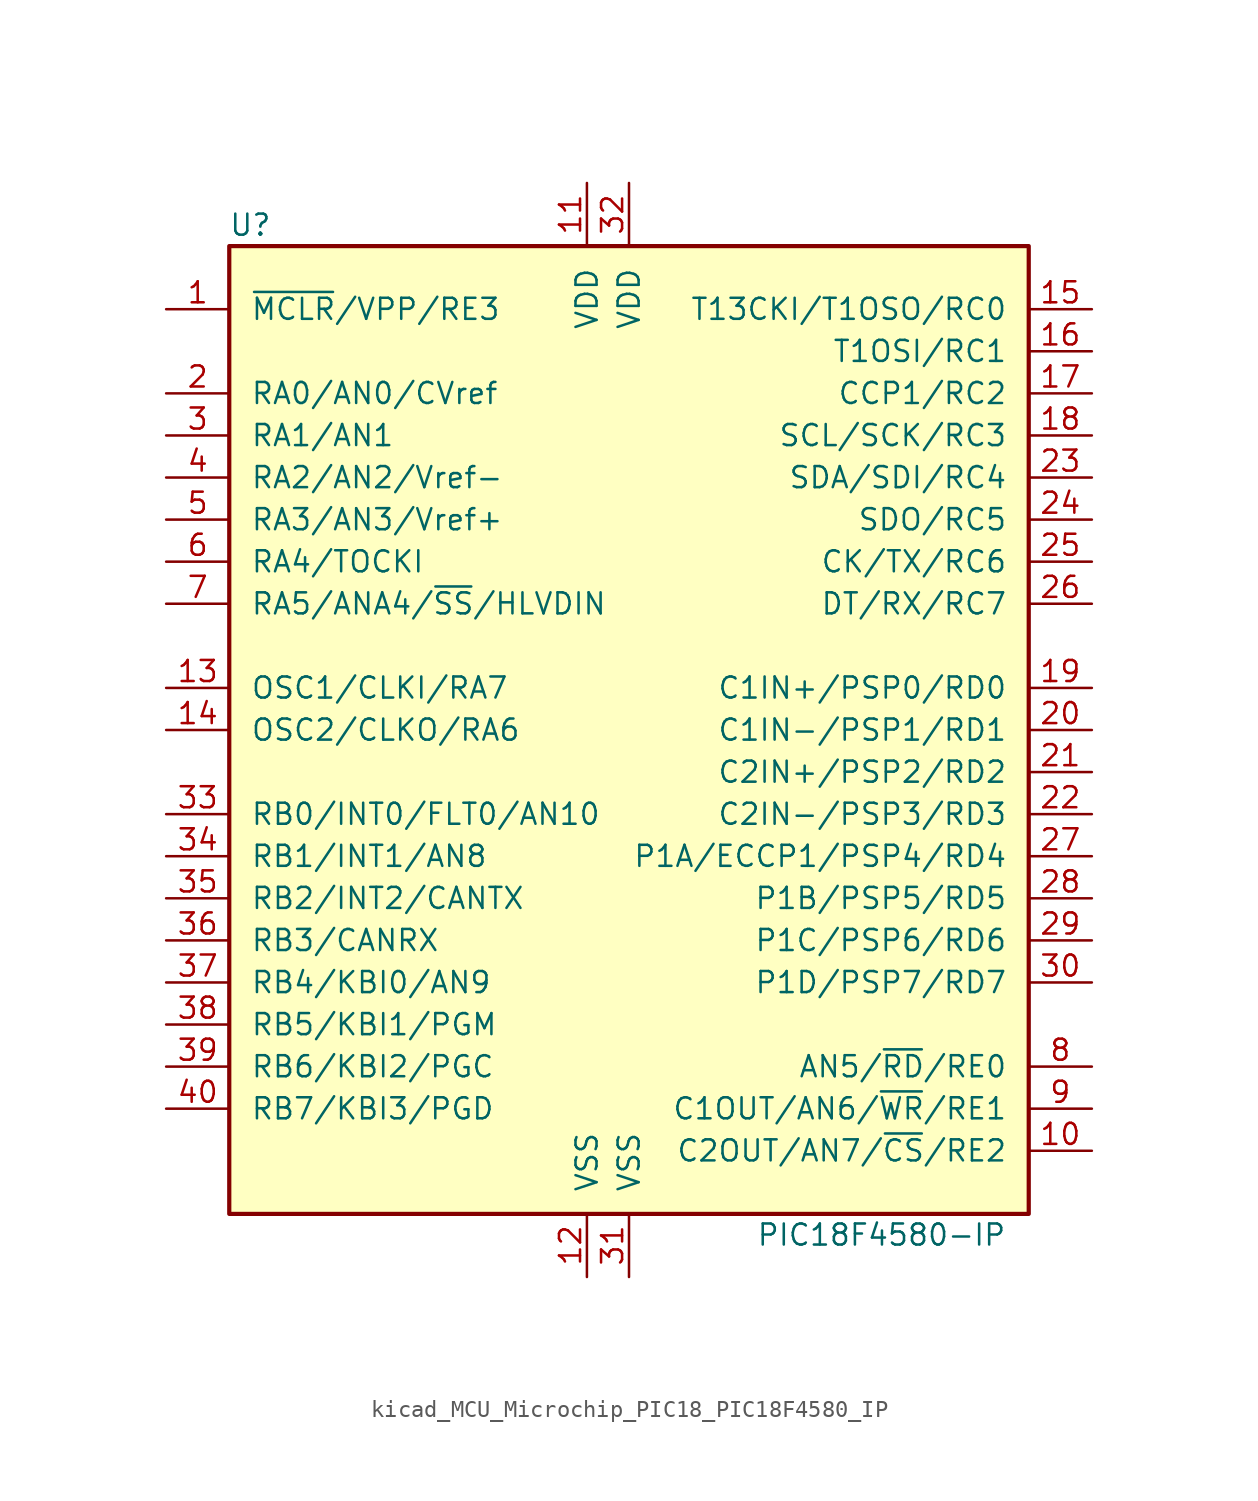
<source format=kicad_sym>
(kicad_symbol_lib
  (version 20220914)
  (generator kicad_symbol_editor)
  (symbol "kicad_MCU_Microchip_PIC18_PIC18F4580_IP"
    (pin_names
      (offset 1.27))
    (property "Reference" "U"
      (at -22.86 30.48 0)
      (effects (font (size 1.27 1.27))))
    (property "Value" "PIC18F4580-IP"
      (at 15.24 -30.48 0)
      (effects (font (size 1.27 1.27))))
    (symbol "kicad_MCU_Microchip_PIC18_PIC18F4580_IP_0_1"
      (rectangle (start -24.13 -29.21) (end 24.13 29.21) (stroke (width 0.254) (type default)) (fill (type background))))
    (symbol "kicad_MCU_Microchip_PIC18_PIC18F4580_IP_1_1"
      (pin input line (at -27.94 25.4 0) (length 3.81) (name "~{MCLR}/VPP/RE3" (effects (font (size 1.27 1.27)))) (number "1" (effects (font (size 1.27 1.27)))))
      (pin bidirectional line (at 27.94 -25.4 180) (length 3.81) (name "C2OUT/AN7/~{CS}/RE2" (effects (font (size 1.27 1.27)))) (number "10" (effects (font (size 1.27 1.27)))))
      (pin power_in line (at -2.54 33.02 270) (length 3.81) (name "VDD" (effects (font (size 1.27 1.27)))) (number "11" (effects (font (size 1.27 1.27)))))
      (pin power_in line (at -2.54 -33.02 90) (length 3.81) (name "VSS" (effects (font (size 1.27 1.27)))) (number "12" (effects (font (size 1.27 1.27)))))
      (pin input line (at -27.94 2.54 0) (length 3.81) (name "OSC1/CLKI/RA7" (effects (font (size 1.27 1.27)))) (number "13" (effects (font (size 1.27 1.27)))))
      (pin output line (at -27.94 0 0) (length 3.81) (name "OSC2/CLKO/RA6" (effects (font (size 1.27 1.27)))) (number "14" (effects (font (size 1.27 1.27)))))
      (pin bidirectional line (at 27.94 25.4 180) (length 3.81) (name "T13CKI/T1OSO/RC0" (effects (font (size 1.27 1.27)))) (number "15" (effects (font (size 1.27 1.27)))))
      (pin bidirectional line (at 27.94 22.86 180) (length 3.81) (name "T1OSI/RC1" (effects (font (size 1.27 1.27)))) (number "16" (effects (font (size 1.27 1.27)))))
      (pin bidirectional line (at 27.94 20.32 180) (length 3.81) (name "CCP1/RC2" (effects (font (size 1.27 1.27)))) (number "17" (effects (font (size 1.27 1.27)))))
      (pin bidirectional line (at 27.94 17.78 180) (length 3.81) (name "SCL/SCK/RC3" (effects (font (size 1.27 1.27)))) (number "18" (effects (font (size 1.27 1.27)))))
      (pin bidirectional line (at 27.94 2.54 180) (length 3.81) (name "C1IN+/PSP0/RD0" (effects (font (size 1.27 1.27)))) (number "19" (effects (font (size 1.27 1.27)))))
      (pin bidirectional line (at -27.94 20.32 0) (length 3.81) (name "RA0/AN0/CVref" (effects (font (size 1.27 1.27)))) (number "2" (effects (font (size 1.27 1.27)))))
      (pin bidirectional line (at 27.94 0 180) (length 3.81) (name "C1IN-/PSP1/RD1" (effects (font (size 1.27 1.27)))) (number "20" (effects (font (size 1.27 1.27)))))
      (pin bidirectional line (at 27.94 -2.54 180) (length 3.81) (name "C2IN+/PSP2/RD2" (effects (font (size 1.27 1.27)))) (number "21" (effects (font (size 1.27 1.27)))))
      (pin bidirectional line (at 27.94 -5.08 180) (length 3.81) (name "C2IN-/PSP3/RD3" (effects (font (size 1.27 1.27)))) (number "22" (effects (font (size 1.27 1.27)))))
      (pin bidirectional line (at 27.94 15.24 180) (length 3.81) (name "SDA/SDI/RC4" (effects (font (size 1.27 1.27)))) (number "23" (effects (font (size 1.27 1.27)))))
      (pin bidirectional line (at 27.94 12.7 180) (length 3.81) (name "SDO/RC5" (effects (font (size 1.27 1.27)))) (number "24" (effects (font (size 1.27 1.27)))))
      (pin bidirectional line (at 27.94 10.16 180) (length 3.81) (name "CK/TX/RC6" (effects (font (size 1.27 1.27)))) (number "25" (effects (font (size 1.27 1.27)))))
      (pin bidirectional line (at 27.94 7.62 180) (length 3.81) (name "DT/RX/RC7" (effects (font (size 1.27 1.27)))) (number "26" (effects (font (size 1.27 1.27)))))
      (pin bidirectional line (at 27.94 -7.62 180) (length 3.81) (name "P1A/ECCP1/PSP4/RD4" (effects (font (size 1.27 1.27)))) (number "27" (effects (font (size 1.27 1.27)))))
      (pin bidirectional line (at 27.94 -10.16 180) (length 3.81) (name "P1B/PSP5/RD5" (effects (font (size 1.27 1.27)))) (number "28" (effects (font (size 1.27 1.27)))))
      (pin bidirectional line (at 27.94 -12.7 180) (length 3.81) (name "P1C/PSP6/RD6" (effects (font (size 1.27 1.27)))) (number "29" (effects (font (size 1.27 1.27)))))
      (pin bidirectional line (at -27.94 17.78 0) (length 3.81) (name "RA1/AN1" (effects (font (size 1.27 1.27)))) (number "3" (effects (font (size 1.27 1.27)))))
      (pin bidirectional line (at 27.94 -15.24 180) (length 3.81) (name "P1D/PSP7/RD7" (effects (font (size 1.27 1.27)))) (number "30" (effects (font (size 1.27 1.27)))))
      (pin power_in line (at 0 -33.02 90) (length 3.81) (name "VSS" (effects (font (size 1.27 1.27)))) (number "31" (effects (font (size 1.27 1.27)))))
      (pin power_in line (at 0 33.02 270) (length 3.81) (name "VDD" (effects (font (size 1.27 1.27)))) (number "32" (effects (font (size 1.27 1.27)))))
      (pin bidirectional line (at -27.94 -5.08 0) (length 3.81) (name "RB0/INT0/FLT0/AN10" (effects (font (size 1.27 1.27)))) (number "33" (effects (font (size 1.27 1.27)))))
      (pin bidirectional line (at -27.94 -7.62 0) (length 3.81) (name "RB1/INT1/AN8" (effects (font (size 1.27 1.27)))) (number "34" (effects (font (size 1.27 1.27)))))
      (pin bidirectional line (at -27.94 -10.16 0) (length 3.81) (name "RB2/INT2/CANTX" (effects (font (size 1.27 1.27)))) (number "35" (effects (font (size 1.27 1.27)))))
      (pin bidirectional line (at -27.94 -12.7 0) (length 3.81) (name "RB3/CANRX" (effects (font (size 1.27 1.27)))) (number "36" (effects (font (size 1.27 1.27)))))
      (pin bidirectional line (at -27.94 -15.24 0) (length 3.81) (name "RB4/KBI0/AN9" (effects (font (size 1.27 1.27)))) (number "37" (effects (font (size 1.27 1.27)))))
      (pin bidirectional line (at -27.94 -17.78 0) (length 3.81) (name "RB5/KBI1/PGM" (effects (font (size 1.27 1.27)))) (number "38" (effects (font (size 1.27 1.27)))))
      (pin bidirectional line (at -27.94 -20.32 0) (length 3.81) (name "RB6/KBI2/PGC" (effects (font (size 1.27 1.27)))) (number "39" (effects (font (size 1.27 1.27)))))
      (pin bidirectional line (at -27.94 15.24 0) (length 3.81) (name "RA2/AN2/Vref-" (effects (font (size 1.27 1.27)))) (number "4" (effects (font (size 1.27 1.27)))))
      (pin bidirectional line (at -27.94 -22.86 0) (length 3.81) (name "RB7/KBI3/PGD" (effects (font (size 1.27 1.27)))) (number "40" (effects (font (size 1.27 1.27)))))
      (pin bidirectional line (at -27.94 12.7 0) (length 3.81) (name "RA3/AN3/Vref+" (effects (font (size 1.27 1.27)))) (number "5" (effects (font (size 1.27 1.27)))))
      (pin bidirectional line (at -27.94 10.16 0) (length 3.81) (name "RA4/TOCKI" (effects (font (size 1.27 1.27)))) (number "6" (effects (font (size 1.27 1.27)))))
      (pin bidirectional line (at -27.94 7.62 0) (length 3.81) (name "RA5/ANA4/~{SS}/HLVDIN" (effects (font (size 1.27 1.27)))) (number "7" (effects (font (size 1.27 1.27)))))
      (pin bidirectional line (at 27.94 -20.32 180) (length 3.81) (name "AN5/~{RD}/RE0" (effects (font (size 1.27 1.27)))) (number "8" (effects (font (size 1.27 1.27)))))
      (pin bidirectional line (at 27.94 -22.86 180) (length 3.81) (name "C1OUT/AN6/~{WR}/RE1" (effects (font (size 1.27 1.27)))) (number "9" (effects (font (size 1.27 1.27))))))))
</source>
